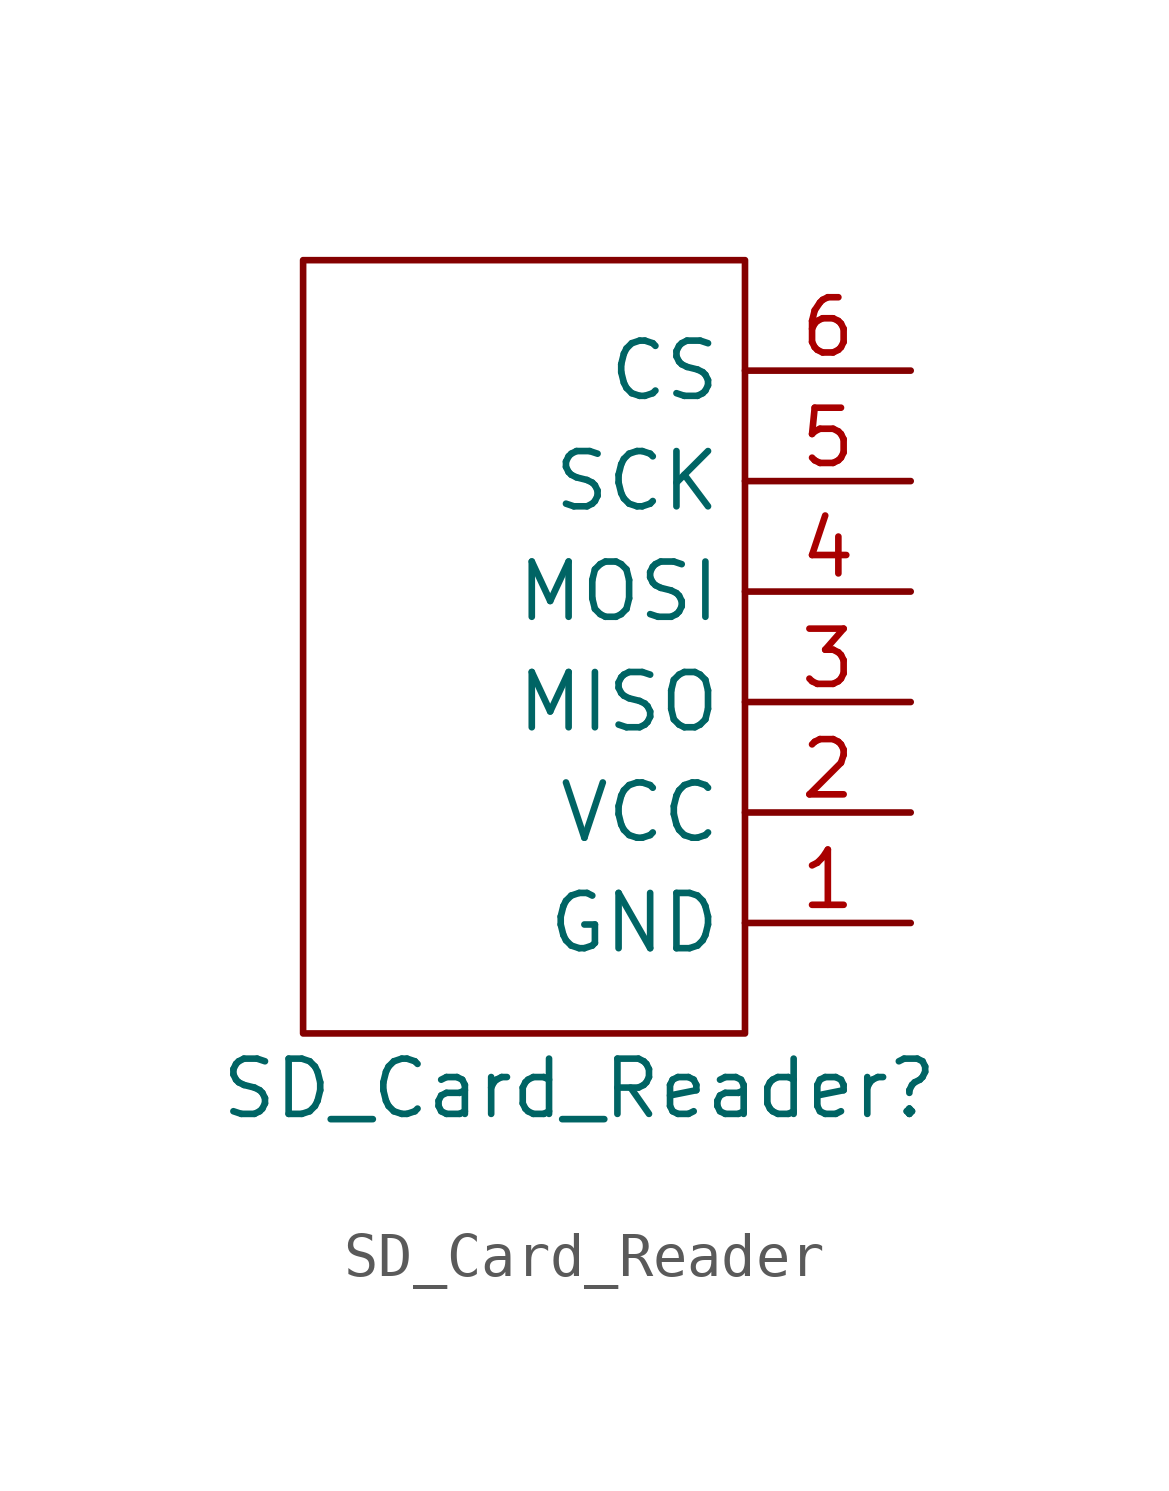
<source format=kicad_sym>
(kicad_symbol_lib
  (version 20220914)
  (generator kicad_symbol_editor)
  (symbol "SD_Card_Reader"
    (property "Reference" "SD_Card_Reader"
      (at 1.27 -10.16 0)
      (effects (font (size 1.27 1.27))))
    (property "Value" ""
      (at -2.54 0 0)
      (effects (font (size 1.27 1.27))))
    (symbol "SD_Card_Reader_1_1"
      (rectangle (start -5.08 8.89) (end 5.08 -8.89) (stroke (width 0) (type default)) (fill (type none)))
      (pin passive line (at 8.89 -6.35 180) (length 3.81) (name "GND" (effects (font (size 1.27 1.27)))) (number "1" (effects (font (size 1.27 1.27)))))
      (pin passive line (at 8.89 -3.81 180) (length 3.81) (name "VCC" (effects (font (size 1.27 1.27)))) (number "2" (effects (font (size 1.27 1.27)))))
      (pin passive line (at 8.89 -1.27 180) (length 3.81) (name "MISO" (effects (font (size 1.27 1.27)))) (number "3" (effects (font (size 1.27 1.27)))))
      (pin passive line (at 8.89 1.27 180) (length 3.81) (name "MOSI" (effects (font (size 1.27 1.27)))) (number "4" (effects (font (size 1.27 1.27)))))
      (pin passive line (at 8.89 3.81 180) (length 3.81) (name "SCK" (effects (font (size 1.27 1.27)))) (number "5" (effects (font (size 1.27 1.27)))))
      (pin passive line (at 8.89 6.35 180) (length 3.81) (name "CS" (effects (font (size 1.27 1.27)))) (number "6" (effects (font (size 1.27 1.27))))))))
</source>
